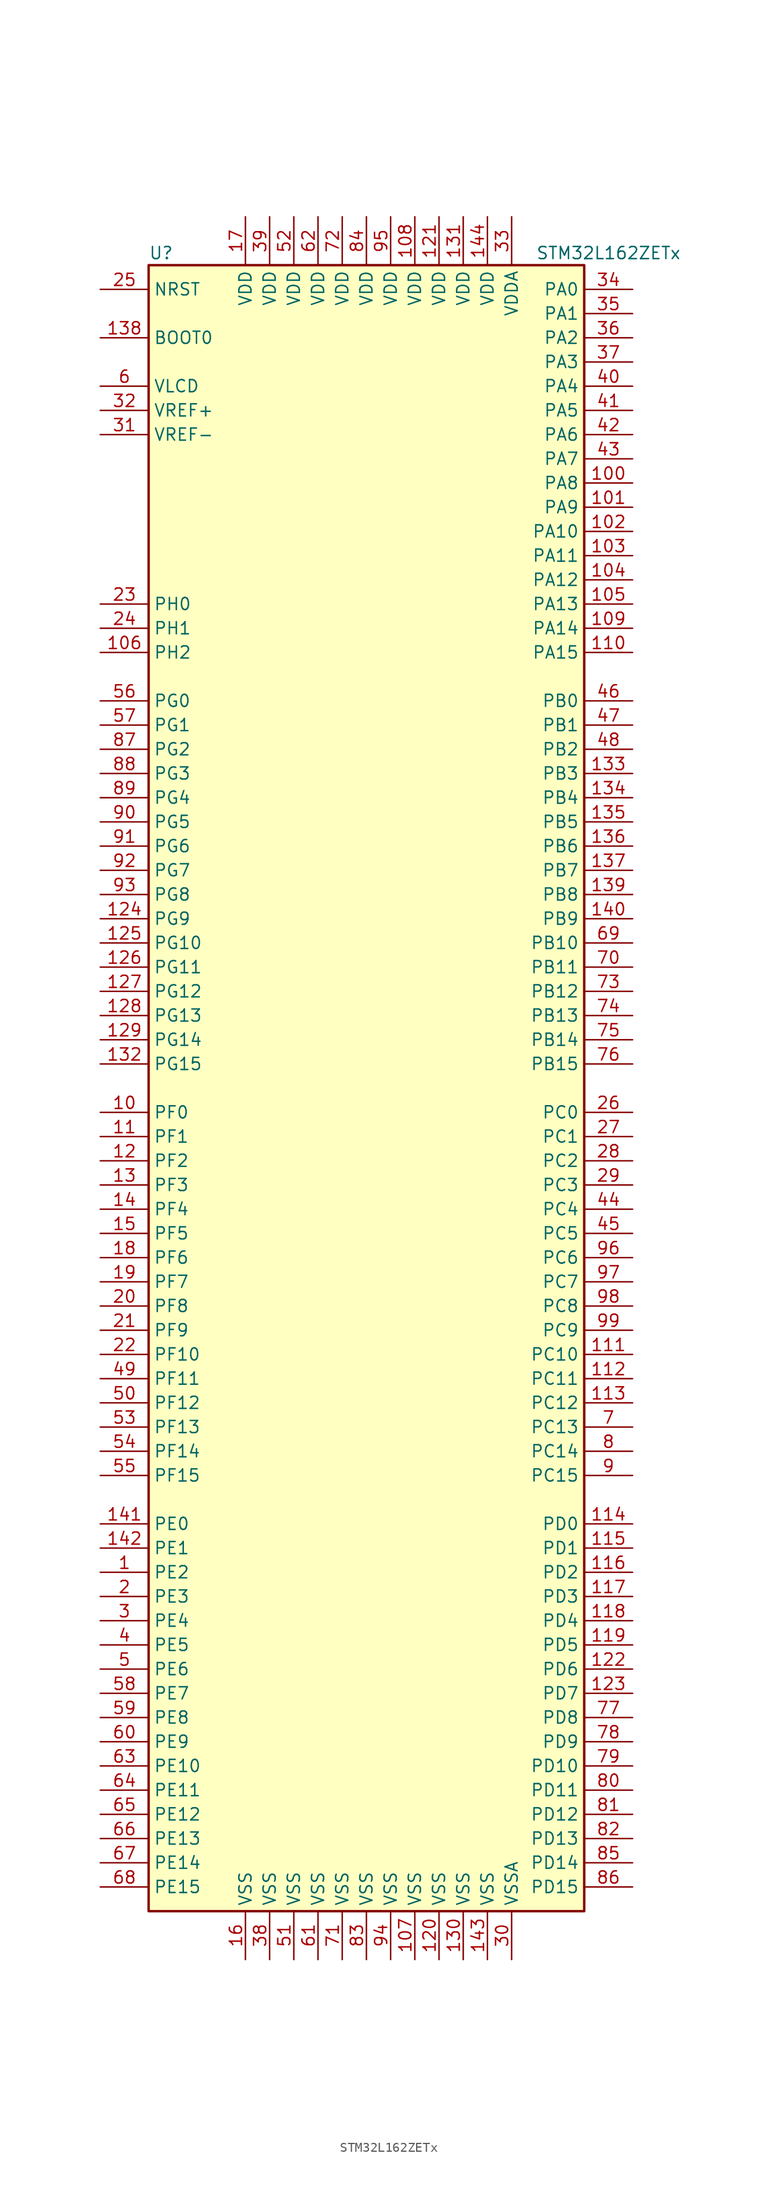
<source format=kicad_sym>
(kicad_symbol_lib
  (version 20211014)
  (generator kicad_symbol_editor)
  (symbol "STM32L162ZETx"
    (property "Reference" "U"
      (at -22.86 87.63 0)
      (effects (font (size 1.27 1.27)) (justify left)))
    (property "Value" "STM32L162ZETx"
      (at 17.78 87.63 0)
      (effects (font (size 1.27 1.27)) (justify left)))
    (symbol "STM32L162ZETx_0_1"
      (rectangle (start -22.86 -86.36) (end 22.86 86.36) (stroke (width 0.254) (type default) (color 0 0 0 0)) (fill (type background))))
    (symbol "STM32L162ZETx_1_1"
      (pin bidirectional line (at -27.94 -50.8 0) (length 5.08) (name "PE2" (effects (font (size 1.27 1.27)))) (number "1" (effects (font (size 1.27 1.27)))))
      (pin bidirectional line (at -27.94 -2.54 0) (length 5.08) (name "PF0" (effects (font (size 1.27 1.27)))) (number "10" (effects (font (size 1.27 1.27)))))
      (pin bidirectional line (at 27.94 63.5 180) (length 5.08) (name "PA8" (effects (font (size 1.27 1.27)))) (number "100" (effects (font (size 1.27 1.27)))))
      (pin bidirectional line (at 27.94 60.96 180) (length 5.08) (name "PA9" (effects (font (size 1.27 1.27)))) (number "101" (effects (font (size 1.27 1.27)))))
      (pin bidirectional line (at 27.94 58.42 180) (length 5.08) (name "PA10" (effects (font (size 1.27 1.27)))) (number "102" (effects (font (size 1.27 1.27)))))
      (pin bidirectional line (at 27.94 55.88 180) (length 5.08) (name "PA11" (effects (font (size 1.27 1.27)))) (number "103" (effects (font (size 1.27 1.27)))))
      (pin bidirectional line (at 27.94 53.34 180) (length 5.08) (name "PA12" (effects (font (size 1.27 1.27)))) (number "104" (effects (font (size 1.27 1.27)))))
      (pin bidirectional line (at 27.94 50.8 180) (length 5.08) (name "PA13" (effects (font (size 1.27 1.27)))) (number "105" (effects (font (size 1.27 1.27)))))
      (pin bidirectional line (at -27.94 45.72 0) (length 5.08) (name "PH2" (effects (font (size 1.27 1.27)))) (number "106" (effects (font (size 1.27 1.27)))))
      (pin power_in line (at 5.08 -91.44 90) (length 5.08) (name "VSS" (effects (font (size 1.27 1.27)))) (number "107" (effects (font (size 1.27 1.27)))))
      (pin power_in line (at 5.08 91.44 270) (length 5.08) (name "VDD" (effects (font (size 1.27 1.27)))) (number "108" (effects (font (size 1.27 1.27)))))
      (pin bidirectional line (at 27.94 48.26 180) (length 5.08) (name "PA14" (effects (font (size 1.27 1.27)))) (number "109" (effects (font (size 1.27 1.27)))))
      (pin bidirectional line (at -27.94 -5.08 0) (length 5.08) (name "PF1" (effects (font (size 1.27 1.27)))) (number "11" (effects (font (size 1.27 1.27)))))
      (pin bidirectional line (at 27.94 45.72 180) (length 5.08) (name "PA15" (effects (font (size 1.27 1.27)))) (number "110" (effects (font (size 1.27 1.27)))))
      (pin bidirectional line (at 27.94 -27.94 180) (length 5.08) (name "PC10" (effects (font (size 1.27 1.27)))) (number "111" (effects (font (size 1.27 1.27)))))
      (pin bidirectional line (at 27.94 -30.48 180) (length 5.08) (name "PC11" (effects (font (size 1.27 1.27)))) (number "112" (effects (font (size 1.27 1.27)))))
      (pin bidirectional line (at 27.94 -33.02 180) (length 5.08) (name "PC12" (effects (font (size 1.27 1.27)))) (number "113" (effects (font (size 1.27 1.27)))))
      (pin bidirectional line (at 27.94 -45.72 180) (length 5.08) (name "PD0" (effects (font (size 1.27 1.27)))) (number "114" (effects (font (size 1.27 1.27)))))
      (pin bidirectional line (at 27.94 -48.26 180) (length 5.08) (name "PD1" (effects (font (size 1.27 1.27)))) (number "115" (effects (font (size 1.27 1.27)))))
      (pin bidirectional line (at 27.94 -50.8 180) (length 5.08) (name "PD2" (effects (font (size 1.27 1.27)))) (number "116" (effects (font (size 1.27 1.27)))))
      (pin bidirectional line (at 27.94 -53.34 180) (length 5.08) (name "PD3" (effects (font (size 1.27 1.27)))) (number "117" (effects (font (size 1.27 1.27)))))
      (pin bidirectional line (at 27.94 -55.88 180) (length 5.08) (name "PD4" (effects (font (size 1.27 1.27)))) (number "118" (effects (font (size 1.27 1.27)))))
      (pin bidirectional line (at 27.94 -58.42 180) (length 5.08) (name "PD5" (effects (font (size 1.27 1.27)))) (number "119" (effects (font (size 1.27 1.27)))))
      (pin bidirectional line (at -27.94 -7.62 0) (length 5.08) (name "PF2" (effects (font (size 1.27 1.27)))) (number "12" (effects (font (size 1.27 1.27)))))
      (pin power_in line (at 7.62 -91.44 90) (length 5.08) (name "VSS" (effects (font (size 1.27 1.27)))) (number "120" (effects (font (size 1.27 1.27)))))
      (pin power_in line (at 7.62 91.44 270) (length 5.08) (name "VDD" (effects (font (size 1.27 1.27)))) (number "121" (effects (font (size 1.27 1.27)))))
      (pin bidirectional line (at 27.94 -60.96 180) (length 5.08) (name "PD6" (effects (font (size 1.27 1.27)))) (number "122" (effects (font (size 1.27 1.27)))))
      (pin bidirectional line (at 27.94 -63.5 180) (length 5.08) (name "PD7" (effects (font (size 1.27 1.27)))) (number "123" (effects (font (size 1.27 1.27)))))
      (pin bidirectional line (at -27.94 17.78 0) (length 5.08) (name "PG9" (effects (font (size 1.27 1.27)))) (number "124" (effects (font (size 1.27 1.27)))))
      (pin bidirectional line (at -27.94 15.24 0) (length 5.08) (name "PG10" (effects (font (size 1.27 1.27)))) (number "125" (effects (font (size 1.27 1.27)))))
      (pin bidirectional line (at -27.94 12.7 0) (length 5.08) (name "PG11" (effects (font (size 1.27 1.27)))) (number "126" (effects (font (size 1.27 1.27)))))
      (pin bidirectional line (at -27.94 10.16 0) (length 5.08) (name "PG12" (effects (font (size 1.27 1.27)))) (number "127" (effects (font (size 1.27 1.27)))))
      (pin bidirectional line (at -27.94 7.62 0) (length 5.08) (name "PG13" (effects (font (size 1.27 1.27)))) (number "128" (effects (font (size 1.27 1.27)))))
      (pin bidirectional line (at -27.94 5.08 0) (length 5.08) (name "PG14" (effects (font (size 1.27 1.27)))) (number "129" (effects (font (size 1.27 1.27)))))
      (pin bidirectional line (at -27.94 -10.16 0) (length 5.08) (name "PF3" (effects (font (size 1.27 1.27)))) (number "13" (effects (font (size 1.27 1.27)))))
      (pin power_in line (at 10.16 -91.44 90) (length 5.08) (name "VSS" (effects (font (size 1.27 1.27)))) (number "130" (effects (font (size 1.27 1.27)))))
      (pin power_in line (at 10.16 91.44 270) (length 5.08) (name "VDD" (effects (font (size 1.27 1.27)))) (number "131" (effects (font (size 1.27 1.27)))))
      (pin bidirectional line (at -27.94 2.54 0) (length 5.08) (name "PG15" (effects (font (size 1.27 1.27)))) (number "132" (effects (font (size 1.27 1.27)))))
      (pin bidirectional line (at 27.94 33.02 180) (length 5.08) (name "PB3" (effects (font (size 1.27 1.27)))) (number "133" (effects (font (size 1.27 1.27)))))
      (pin bidirectional line (at 27.94 30.48 180) (length 5.08) (name "PB4" (effects (font (size 1.27 1.27)))) (number "134" (effects (font (size 1.27 1.27)))))
      (pin bidirectional line (at 27.94 27.94 180) (length 5.08) (name "PB5" (effects (font (size 1.27 1.27)))) (number "135" (effects (font (size 1.27 1.27)))))
      (pin bidirectional line (at 27.94 25.4 180) (length 5.08) (name "PB6" (effects (font (size 1.27 1.27)))) (number "136" (effects (font (size 1.27 1.27)))))
      (pin bidirectional line (at 27.94 22.86 180) (length 5.08) (name "PB7" (effects (font (size 1.27 1.27)))) (number "137" (effects (font (size 1.27 1.27)))))
      (pin input line (at -27.94 78.74 0) (length 5.08) (name "BOOT0" (effects (font (size 1.27 1.27)))) (number "138" (effects (font (size 1.27 1.27)))))
      (pin bidirectional line (at 27.94 20.32 180) (length 5.08) (name "PB8" (effects (font (size 1.27 1.27)))) (number "139" (effects (font (size 1.27 1.27)))))
      (pin bidirectional line (at -27.94 -12.7 0) (length 5.08) (name "PF4" (effects (font (size 1.27 1.27)))) (number "14" (effects (font (size 1.27 1.27)))))
      (pin bidirectional line (at 27.94 17.78 180) (length 5.08) (name "PB9" (effects (font (size 1.27 1.27)))) (number "140" (effects (font (size 1.27 1.27)))))
      (pin bidirectional line (at -27.94 -45.72 0) (length 5.08) (name "PE0" (effects (font (size 1.27 1.27)))) (number "141" (effects (font (size 1.27 1.27)))))
      (pin bidirectional line (at -27.94 -48.26 0) (length 5.08) (name "PE1" (effects (font (size 1.27 1.27)))) (number "142" (effects (font (size 1.27 1.27)))))
      (pin power_in line (at 12.7 -91.44 90) (length 5.08) (name "VSS" (effects (font (size 1.27 1.27)))) (number "143" (effects (font (size 1.27 1.27)))))
      (pin power_in line (at 12.7 91.44 270) (length 5.08) (name "VDD" (effects (font (size 1.27 1.27)))) (number "144" (effects (font (size 1.27 1.27)))))
      (pin bidirectional line (at -27.94 -15.24 0) (length 5.08) (name "PF5" (effects (font (size 1.27 1.27)))) (number "15" (effects (font (size 1.27 1.27)))))
      (pin power_in line (at -12.7 -91.44 90) (length 5.08) (name "VSS" (effects (font (size 1.27 1.27)))) (number "16" (effects (font (size 1.27 1.27)))))
      (pin power_in line (at -12.7 91.44 270) (length 5.08) (name "VDD" (effects (font (size 1.27 1.27)))) (number "17" (effects (font (size 1.27 1.27)))))
      (pin bidirectional line (at -27.94 -17.78 0) (length 5.08) (name "PF6" (effects (font (size 1.27 1.27)))) (number "18" (effects (font (size 1.27 1.27)))))
      (pin bidirectional line (at -27.94 -20.32 0) (length 5.08) (name "PF7" (effects (font (size 1.27 1.27)))) (number "19" (effects (font (size 1.27 1.27)))))
      (pin bidirectional line (at -27.94 -53.34 0) (length 5.08) (name "PE3" (effects (font (size 1.27 1.27)))) (number "2" (effects (font (size 1.27 1.27)))))
      (pin bidirectional line (at -27.94 -22.86 0) (length 5.08) (name "PF8" (effects (font (size 1.27 1.27)))) (number "20" (effects (font (size 1.27 1.27)))))
      (pin bidirectional line (at -27.94 -25.4 0) (length 5.08) (name "PF9" (effects (font (size 1.27 1.27)))) (number "21" (effects (font (size 1.27 1.27)))))
      (pin bidirectional line (at -27.94 -27.94 0) (length 5.08) (name "PF10" (effects (font (size 1.27 1.27)))) (number "22" (effects (font (size 1.27 1.27)))))
      (pin input line (at -27.94 50.8 0) (length 5.08) (name "PH0" (effects (font (size 1.27 1.27)))) (number "23" (effects (font (size 1.27 1.27)))))
      (pin input line (at -27.94 48.26 0) (length 5.08) (name "PH1" (effects (font (size 1.27 1.27)))) (number "24" (effects (font (size 1.27 1.27)))))
      (pin input line (at -27.94 83.82 0) (length 5.08) (name "NRST" (effects (font (size 1.27 1.27)))) (number "25" (effects (font (size 1.27 1.27)))))
      (pin bidirectional line (at 27.94 -2.54 180) (length 5.08) (name "PC0" (effects (font (size 1.27 1.27)))) (number "26" (effects (font (size 1.27 1.27)))))
      (pin bidirectional line (at 27.94 -5.08 180) (length 5.08) (name "PC1" (effects (font (size 1.27 1.27)))) (number "27" (effects (font (size 1.27 1.27)))))
      (pin bidirectional line (at 27.94 -7.62 180) (length 5.08) (name "PC2" (effects (font (size 1.27 1.27)))) (number "28" (effects (font (size 1.27 1.27)))))
      (pin bidirectional line (at 27.94 -10.16 180) (length 5.08) (name "PC3" (effects (font (size 1.27 1.27)))) (number "29" (effects (font (size 1.27 1.27)))))
      (pin bidirectional line (at -27.94 -55.88 0) (length 5.08) (name "PE4" (effects (font (size 1.27 1.27)))) (number "3" (effects (font (size 1.27 1.27)))))
      (pin power_in line (at 15.24 -91.44 90) (length 5.08) (name "VSSA" (effects (font (size 1.27 1.27)))) (number "30" (effects (font (size 1.27 1.27)))))
      (pin power_in line (at -27.94 68.58 0) (length 5.08) (name "VREF-" (effects (font (size 1.27 1.27)))) (number "31" (effects (font (size 1.27 1.27)))))
      (pin power_in line (at -27.94 71.12 0) (length 5.08) (name "VREF+" (effects (font (size 1.27 1.27)))) (number "32" (effects (font (size 1.27 1.27)))))
      (pin power_in line (at 15.24 91.44 270) (length 5.08) (name "VDDA" (effects (font (size 1.27 1.27)))) (number "33" (effects (font (size 1.27 1.27)))))
      (pin bidirectional line (at 27.94 83.82 180) (length 5.08) (name "PA0" (effects (font (size 1.27 1.27)))) (number "34" (effects (font (size 1.27 1.27)))))
      (pin bidirectional line (at 27.94 81.28 180) (length 5.08) (name "PA1" (effects (font (size 1.27 1.27)))) (number "35" (effects (font (size 1.27 1.27)))))
      (pin bidirectional line (at 27.94 78.74 180) (length 5.08) (name "PA2" (effects (font (size 1.27 1.27)))) (number "36" (effects (font (size 1.27 1.27)))))
      (pin bidirectional line (at 27.94 76.2 180) (length 5.08) (name "PA3" (effects (font (size 1.27 1.27)))) (number "37" (effects (font (size 1.27 1.27)))))
      (pin power_in line (at -10.16 -91.44 90) (length 5.08) (name "VSS" (effects (font (size 1.27 1.27)))) (number "38" (effects (font (size 1.27 1.27)))))
      (pin power_in line (at -10.16 91.44 270) (length 5.08) (name "VDD" (effects (font (size 1.27 1.27)))) (number "39" (effects (font (size 1.27 1.27)))))
      (pin bidirectional line (at -27.94 -58.42 0) (length 5.08) (name "PE5" (effects (font (size 1.27 1.27)))) (number "4" (effects (font (size 1.27 1.27)))))
      (pin bidirectional line (at 27.94 73.66 180) (length 5.08) (name "PA4" (effects (font (size 1.27 1.27)))) (number "40" (effects (font (size 1.27 1.27)))))
      (pin bidirectional line (at 27.94 71.12 180) (length 5.08) (name "PA5" (effects (font (size 1.27 1.27)))) (number "41" (effects (font (size 1.27 1.27)))))
      (pin bidirectional line (at 27.94 68.58 180) (length 5.08) (name "PA6" (effects (font (size 1.27 1.27)))) (number "42" (effects (font (size 1.27 1.27)))))
      (pin bidirectional line (at 27.94 66.04 180) (length 5.08) (name "PA7" (effects (font (size 1.27 1.27)))) (number "43" (effects (font (size 1.27 1.27)))))
      (pin bidirectional line (at 27.94 -12.7 180) (length 5.08) (name "PC4" (effects (font (size 1.27 1.27)))) (number "44" (effects (font (size 1.27 1.27)))))
      (pin bidirectional line (at 27.94 -15.24 180) (length 5.08) (name "PC5" (effects (font (size 1.27 1.27)))) (number "45" (effects (font (size 1.27 1.27)))))
      (pin bidirectional line (at 27.94 40.64 180) (length 5.08) (name "PB0" (effects (font (size 1.27 1.27)))) (number "46" (effects (font (size 1.27 1.27)))))
      (pin bidirectional line (at 27.94 38.1 180) (length 5.08) (name "PB1" (effects (font (size 1.27 1.27)))) (number "47" (effects (font (size 1.27 1.27)))))
      (pin bidirectional line (at 27.94 35.56 180) (length 5.08) (name "PB2" (effects (font (size 1.27 1.27)))) (number "48" (effects (font (size 1.27 1.27)))))
      (pin bidirectional line (at -27.94 -30.48 0) (length 5.08) (name "PF11" (effects (font (size 1.27 1.27)))) (number "49" (effects (font (size 1.27 1.27)))))
      (pin bidirectional line (at -27.94 -60.96 0) (length 5.08) (name "PE6" (effects (font (size 1.27 1.27)))) (number "5" (effects (font (size 1.27 1.27)))))
      (pin bidirectional line (at -27.94 -33.02 0) (length 5.08) (name "PF12" (effects (font (size 1.27 1.27)))) (number "50" (effects (font (size 1.27 1.27)))))
      (pin power_in line (at -7.62 -91.44 90) (length 5.08) (name "VSS" (effects (font (size 1.27 1.27)))) (number "51" (effects (font (size 1.27 1.27)))))
      (pin power_in line (at -7.62 91.44 270) (length 5.08) (name "VDD" (effects (font (size 1.27 1.27)))) (number "52" (effects (font (size 1.27 1.27)))))
      (pin bidirectional line (at -27.94 -35.56 0) (length 5.08) (name "PF13" (effects (font (size 1.27 1.27)))) (number "53" (effects (font (size 1.27 1.27)))))
      (pin bidirectional line (at -27.94 -38.1 0) (length 5.08) (name "PF14" (effects (font (size 1.27 1.27)))) (number "54" (effects (font (size 1.27 1.27)))))
      (pin bidirectional line (at -27.94 -40.64 0) (length 5.08) (name "PF15" (effects (font (size 1.27 1.27)))) (number "55" (effects (font (size 1.27 1.27)))))
      (pin bidirectional line (at -27.94 40.64 0) (length 5.08) (name "PG0" (effects (font (size 1.27 1.27)))) (number "56" (effects (font (size 1.27 1.27)))))
      (pin bidirectional line (at -27.94 38.1 0) (length 5.08) (name "PG1" (effects (font (size 1.27 1.27)))) (number "57" (effects (font (size 1.27 1.27)))))
      (pin bidirectional line (at -27.94 -63.5 0) (length 5.08) (name "PE7" (effects (font (size 1.27 1.27)))) (number "58" (effects (font (size 1.27 1.27)))))
      (pin bidirectional line (at -27.94 -66.04 0) (length 5.08) (name "PE8" (effects (font (size 1.27 1.27)))) (number "59" (effects (font (size 1.27 1.27)))))
      (pin power_in line (at -27.94 73.66 0) (length 5.08) (name "VLCD" (effects (font (size 1.27 1.27)))) (number "6" (effects (font (size 1.27 1.27)))))
      (pin bidirectional line (at -27.94 -68.58 0) (length 5.08) (name "PE9" (effects (font (size 1.27 1.27)))) (number "60" (effects (font (size 1.27 1.27)))))
      (pin power_in line (at -5.08 -91.44 90) (length 5.08) (name "VSS" (effects (font (size 1.27 1.27)))) (number "61" (effects (font (size 1.27 1.27)))))
      (pin power_in line (at -5.08 91.44 270) (length 5.08) (name "VDD" (effects (font (size 1.27 1.27)))) (number "62" (effects (font (size 1.27 1.27)))))
      (pin bidirectional line (at -27.94 -71.12 0) (length 5.08) (name "PE10" (effects (font (size 1.27 1.27)))) (number "63" (effects (font (size 1.27 1.27)))))
      (pin bidirectional line (at -27.94 -73.66 0) (length 5.08) (name "PE11" (effects (font (size 1.27 1.27)))) (number "64" (effects (font (size 1.27 1.27)))))
      (pin bidirectional line (at -27.94 -76.2 0) (length 5.08) (name "PE12" (effects (font (size 1.27 1.27)))) (number "65" (effects (font (size 1.27 1.27)))))
      (pin bidirectional line (at -27.94 -78.74 0) (length 5.08) (name "PE13" (effects (font (size 1.27 1.27)))) (number "66" (effects (font (size 1.27 1.27)))))
      (pin bidirectional line (at -27.94 -81.28 0) (length 5.08) (name "PE14" (effects (font (size 1.27 1.27)))) (number "67" (effects (font (size 1.27 1.27)))))
      (pin bidirectional line (at -27.94 -83.82 0) (length 5.08) (name "PE15" (effects (font (size 1.27 1.27)))) (number "68" (effects (font (size 1.27 1.27)))))
      (pin bidirectional line (at 27.94 15.24 180) (length 5.08) (name "PB10" (effects (font (size 1.27 1.27)))) (number "69" (effects (font (size 1.27 1.27)))))
      (pin bidirectional line (at 27.94 -35.56 180) (length 5.08) (name "PC13" (effects (font (size 1.27 1.27)))) (number "7" (effects (font (size 1.27 1.27)))))
      (pin bidirectional line (at 27.94 12.7 180) (length 5.08) (name "PB11" (effects (font (size 1.27 1.27)))) (number "70" (effects (font (size 1.27 1.27)))))
      (pin power_in line (at -2.54 -91.44 90) (length 5.08) (name "VSS" (effects (font (size 1.27 1.27)))) (number "71" (effects (font (size 1.27 1.27)))))
      (pin power_in line (at -2.54 91.44 270) (length 5.08) (name "VDD" (effects (font (size 1.27 1.27)))) (number "72" (effects (font (size 1.27 1.27)))))
      (pin bidirectional line (at 27.94 10.16 180) (length 5.08) (name "PB12" (effects (font (size 1.27 1.27)))) (number "73" (effects (font (size 1.27 1.27)))))
      (pin bidirectional line (at 27.94 7.62 180) (length 5.08) (name "PB13" (effects (font (size 1.27 1.27)))) (number "74" (effects (font (size 1.27 1.27)))))
      (pin bidirectional line (at 27.94 5.08 180) (length 5.08) (name "PB14" (effects (font (size 1.27 1.27)))) (number "75" (effects (font (size 1.27 1.27)))))
      (pin bidirectional line (at 27.94 2.54 180) (length 5.08) (name "PB15" (effects (font (size 1.27 1.27)))) (number "76" (effects (font (size 1.27 1.27)))))
      (pin bidirectional line (at 27.94 -66.04 180) (length 5.08) (name "PD8" (effects (font (size 1.27 1.27)))) (number "77" (effects (font (size 1.27 1.27)))))
      (pin bidirectional line (at 27.94 -68.58 180) (length 5.08) (name "PD9" (effects (font (size 1.27 1.27)))) (number "78" (effects (font (size 1.27 1.27)))))
      (pin bidirectional line (at 27.94 -71.12 180) (length 5.08) (name "PD10" (effects (font (size 1.27 1.27)))) (number "79" (effects (font (size 1.27 1.27)))))
      (pin bidirectional line (at 27.94 -38.1 180) (length 5.08) (name "PC14" (effects (font (size 1.27 1.27)))) (number "8" (effects (font (size 1.27 1.27)))))
      (pin bidirectional line (at 27.94 -73.66 180) (length 5.08) (name "PD11" (effects (font (size 1.27 1.27)))) (number "80" (effects (font (size 1.27 1.27)))))
      (pin bidirectional line (at 27.94 -76.2 180) (length 5.08) (name "PD12" (effects (font (size 1.27 1.27)))) (number "81" (effects (font (size 1.27 1.27)))))
      (pin bidirectional line (at 27.94 -78.74 180) (length 5.08) (name "PD13" (effects (font (size 1.27 1.27)))) (number "82" (effects (font (size 1.27 1.27)))))
      (pin power_in line (at 0 -91.44 90) (length 5.08) (name "VSS" (effects (font (size 1.27 1.27)))) (number "83" (effects (font (size 1.27 1.27)))))
      (pin power_in line (at 0 91.44 270) (length 5.08) (name "VDD" (effects (font (size 1.27 1.27)))) (number "84" (effects (font (size 1.27 1.27)))))
      (pin bidirectional line (at 27.94 -81.28 180) (length 5.08) (name "PD14" (effects (font (size 1.27 1.27)))) (number "85" (effects (font (size 1.27 1.27)))))
      (pin bidirectional line (at 27.94 -83.82 180) (length 5.08) (name "PD15" (effects (font (size 1.27 1.27)))) (number "86" (effects (font (size 1.27 1.27)))))
      (pin bidirectional line (at -27.94 35.56 0) (length 5.08) (name "PG2" (effects (font (size 1.27 1.27)))) (number "87" (effects (font (size 1.27 1.27)))))
      (pin bidirectional line (at -27.94 33.02 0) (length 5.08) (name "PG3" (effects (font (size 1.27 1.27)))) (number "88" (effects (font (size 1.27 1.27)))))
      (pin bidirectional line (at -27.94 30.48 0) (length 5.08) (name "PG4" (effects (font (size 1.27 1.27)))) (number "89" (effects (font (size 1.27 1.27)))))
      (pin bidirectional line (at 27.94 -40.64 180) (length 5.08) (name "PC15" (effects (font (size 1.27 1.27)))) (number "9" (effects (font (size 1.27 1.27)))))
      (pin bidirectional line (at -27.94 27.94 0) (length 5.08) (name "PG5" (effects (font (size 1.27 1.27)))) (number "90" (effects (font (size 1.27 1.27)))))
      (pin bidirectional line (at -27.94 25.4 0) (length 5.08) (name "PG6" (effects (font (size 1.27 1.27)))) (number "91" (effects (font (size 1.27 1.27)))))
      (pin bidirectional line (at -27.94 22.86 0) (length 5.08) (name "PG7" (effects (font (size 1.27 1.27)))) (number "92" (effects (font (size 1.27 1.27)))))
      (pin bidirectional line (at -27.94 20.32 0) (length 5.08) (name "PG8" (effects (font (size 1.27 1.27)))) (number "93" (effects (font (size 1.27 1.27)))))
      (pin power_in line (at 2.54 -91.44 90) (length 5.08) (name "VSS" (effects (font (size 1.27 1.27)))) (number "94" (effects (font (size 1.27 1.27)))))
      (pin power_in line (at 2.54 91.44 270) (length 5.08) (name "VDD" (effects (font (size 1.27 1.27)))) (number "95" (effects (font (size 1.27 1.27)))))
      (pin bidirectional line (at 27.94 -17.78 180) (length 5.08) (name "PC6" (effects (font (size 1.27 1.27)))) (number "96" (effects (font (size 1.27 1.27)))))
      (pin bidirectional line (at 27.94 -20.32 180) (length 5.08) (name "PC7" (effects (font (size 1.27 1.27)))) (number "97" (effects (font (size 1.27 1.27)))))
      (pin bidirectional line (at 27.94 -22.86 180) (length 5.08) (name "PC8" (effects (font (size 1.27 1.27)))) (number "98" (effects (font (size 1.27 1.27)))))
      (pin bidirectional line (at 27.94 -25.4 180) (length 5.08) (name "PC9" (effects (font (size 1.27 1.27)))) (number "99" (effects (font (size 1.27 1.27))))))))
</source>
